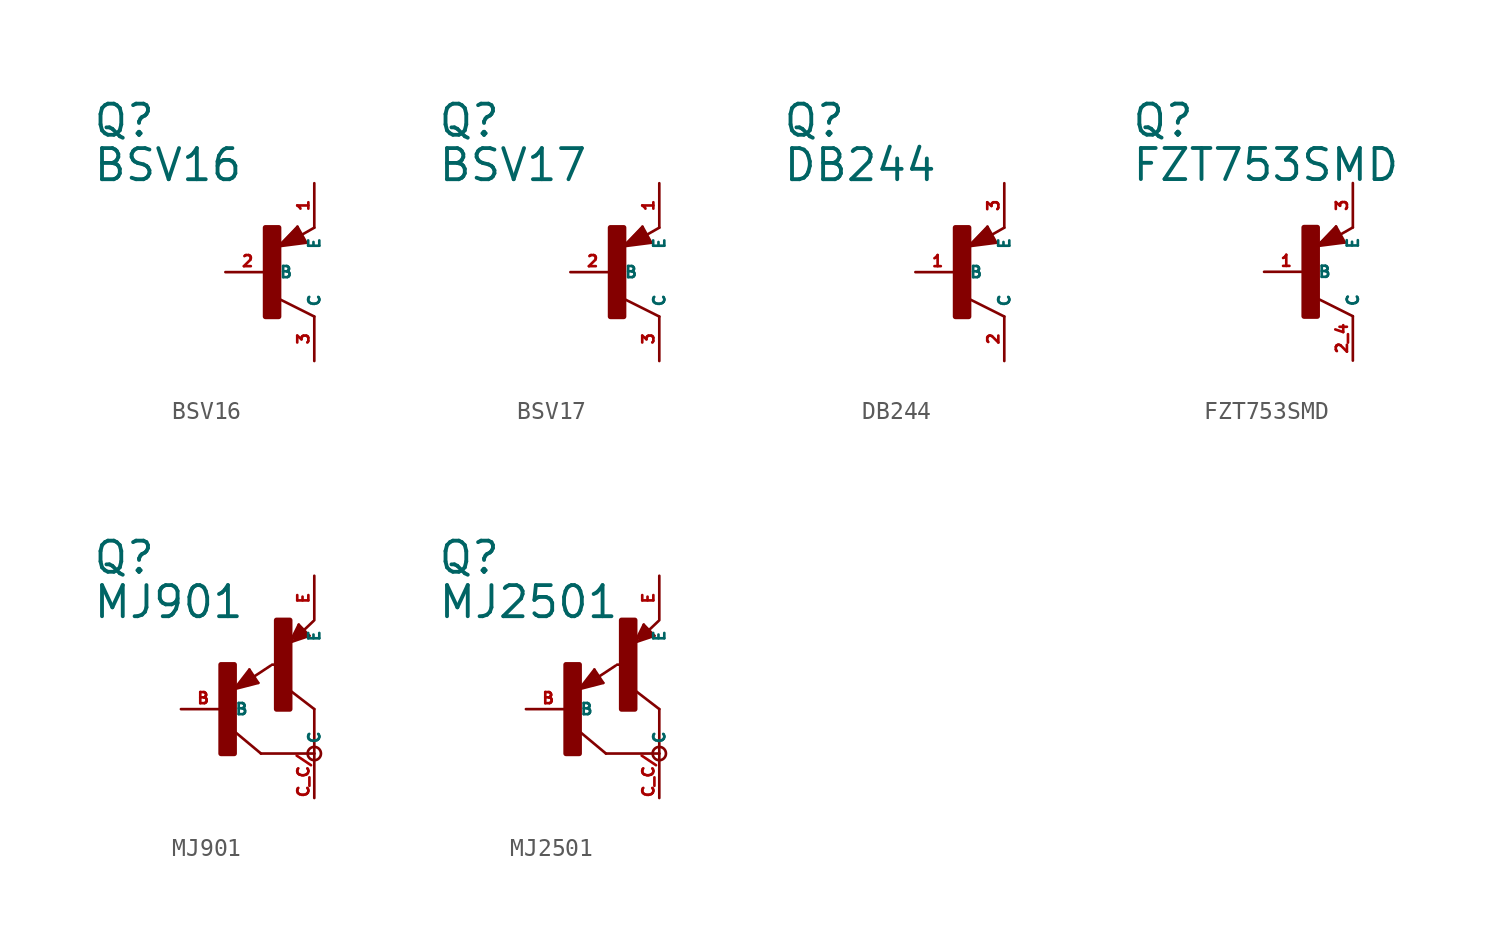
<source format=kicad_sym>
(kicad_symbol_lib
  (version 20220914)
  (generator Eagle2Kicad)
  (symbol "BSV16"
    (property "Reference" "Q"
      (at -10.16 7.62 0)
      (effects (font (size 1.778 1.778) (thickness 0.22)) (justify left bottom)))
    (property "Value" "BSV16"
      (at -10.16 5.08 0)
      (effects (font (size 1.778 1.778) (thickness 0.22)) (justify left bottom)))
    (polyline
      (pts (xy 2.086 1.678) (xy 1.578 2.594))
      (stroke (width 0.152) (type default))
      (fill (type none)))
    (polyline
      (pts (xy 1.578 2.594) (xy 0.516 1.478))
      (stroke (width 0.152) (type default))
      (fill (type none)))
    (polyline
      (pts (xy 0.516 1.478) (xy 2.086 1.678))
      (stroke (width 0.152) (type default))
      (fill (type none)))
    (polyline
      (pts (xy 2.54 2.54) (xy 1.808 2.124))
      (stroke (width 0.152) (type default))
      (fill (type none)))
    (polyline
      (pts (xy 2.54 -2.54) (xy 0.508 -1.524))
      (stroke (width 0.152) (type default))
      (fill (type none)))
    (polyline
      (pts (xy 1.905 1.778) (xy 1.524 2.413))
      (stroke (width 0.254) (type default))
      (fill (type none)))
    (polyline
      (pts (xy 1.524 2.413) (xy 0.762 1.651))
      (stroke (width 0.254) (type default))
      (fill (type none)))
    (polyline
      (pts (xy 0.762 1.651) (xy 1.778 1.778))
      (stroke (width 0.254) (type default))
      (fill (type none)))
    (polyline
      (pts (xy 1.778 1.778) (xy 1.524 2.159))
      (stroke (width 0.254) (type default))
      (fill (type none)))
    (polyline
      (pts (xy 1.524 2.159) (xy 1.143 1.905))
      (stroke (width 0.254) (type default))
      (fill (type none)))
    (polyline
      (pts (xy 1.143 1.905) (xy 1.524 1.905))
      (stroke (width 0.254) (type default))
      (fill (type none)))
    (rectangle
      (start -0.254 -2.54)
      (end 0.508 2.54)
      (stroke (width 0.3) (type default))
      (fill (type outline)))
    (pin passive line
      (at -2.54 0 0)
      (length 2.54)
      (name "B" (effects (font (size 0.635 0.635) (thickness 0.08)) (justify left bottom)))
      (number "2" (effects (font (size 0.635 0.635) (thickness 0.08)) (justify left bottom))))
    (pin passive line
      (at 2.54 5.08 270)
      (length 2.54)
      (name "E" (effects (font (size 0.635 0.635) (thickness 0.08)) (justify left bottom)))
      (number "1" (effects (font (size 0.635 0.635) (thickness 0.08)) (justify left bottom))))
    (pin passive line
      (at 2.54 -5.08 90)
      (length 2.54)
      (name "C" (effects (font (size 0.635 0.635) (thickness 0.08)) (justify left bottom)))
      (number "3" (effects (font (size 0.635 0.635) (thickness 0.08)) (justify left bottom)))))
  (symbol "BSV17"
    (property "Reference" "Q"
      (at -10.16 7.62 0)
      (effects (font (size 1.778 1.778) (thickness 0.22)) (justify left bottom)))
    (property "Value" "BSV17"
      (at -10.16 5.08 0)
      (effects (font (size 1.778 1.778) (thickness 0.22)) (justify left bottom)))
    (polyline
      (pts (xy 2.086 1.678) (xy 1.578 2.594))
      (stroke (width 0.152) (type default))
      (fill (type none)))
    (polyline
      (pts (xy 1.578 2.594) (xy 0.516 1.478))
      (stroke (width 0.152) (type default))
      (fill (type none)))
    (polyline
      (pts (xy 0.516 1.478) (xy 2.086 1.678))
      (stroke (width 0.152) (type default))
      (fill (type none)))
    (polyline
      (pts (xy 2.54 2.54) (xy 1.808 2.124))
      (stroke (width 0.152) (type default))
      (fill (type none)))
    (polyline
      (pts (xy 2.54 -2.54) (xy 0.508 -1.524))
      (stroke (width 0.152) (type default))
      (fill (type none)))
    (polyline
      (pts (xy 1.905 1.778) (xy 1.524 2.413))
      (stroke (width 0.254) (type default))
      (fill (type none)))
    (polyline
      (pts (xy 1.524 2.413) (xy 0.762 1.651))
      (stroke (width 0.254) (type default))
      (fill (type none)))
    (polyline
      (pts (xy 0.762 1.651) (xy 1.778 1.778))
      (stroke (width 0.254) (type default))
      (fill (type none)))
    (polyline
      (pts (xy 1.778 1.778) (xy 1.524 2.159))
      (stroke (width 0.254) (type default))
      (fill (type none)))
    (polyline
      (pts (xy 1.524 2.159) (xy 1.143 1.905))
      (stroke (width 0.254) (type default))
      (fill (type none)))
    (polyline
      (pts (xy 1.143 1.905) (xy 1.524 1.905))
      (stroke (width 0.254) (type default))
      (fill (type none)))
    (rectangle
      (start -0.254 -2.54)
      (end 0.508 2.54)
      (stroke (width 0.3) (type default))
      (fill (type outline)))
    (pin passive line
      (at -2.54 0 0)
      (length 2.54)
      (name "B" (effects (font (size 0.635 0.635) (thickness 0.08)) (justify left bottom)))
      (number "2" (effects (font (size 0.635 0.635) (thickness 0.08)) (justify left bottom))))
    (pin passive line
      (at 2.54 5.08 270)
      (length 2.54)
      (name "E" (effects (font (size 0.635 0.635) (thickness 0.08)) (justify left bottom)))
      (number "1" (effects (font (size 0.635 0.635) (thickness 0.08)) (justify left bottom))))
    (pin passive line
      (at 2.54 -5.08 90)
      (length 2.54)
      (name "C" (effects (font (size 0.635 0.635) (thickness 0.08)) (justify left bottom)))
      (number "3" (effects (font (size 0.635 0.635) (thickness 0.08)) (justify left bottom)))))
  (symbol "DB244"
    (property "Reference" "Q"
      (at -10.16 7.62 0)
      (effects (font (size 1.778 1.778) (thickness 0.22)) (justify left bottom)))
    (property "Value" "DB244"
      (at -10.16 5.08 0)
      (effects (font (size 1.778 1.778) (thickness 0.22)) (justify left bottom)))
    (polyline
      (pts (xy 2.086 1.678) (xy 1.578 2.594))
      (stroke (width 0.152) (type default))
      (fill (type none)))
    (polyline
      (pts (xy 1.578 2.594) (xy 0.516 1.478))
      (stroke (width 0.152) (type default))
      (fill (type none)))
    (polyline
      (pts (xy 0.516 1.478) (xy 2.086 1.678))
      (stroke (width 0.152) (type default))
      (fill (type none)))
    (polyline
      (pts (xy 2.54 2.54) (xy 1.808 2.124))
      (stroke (width 0.152) (type default))
      (fill (type none)))
    (polyline
      (pts (xy 2.54 -2.54) (xy 0.508 -1.524))
      (stroke (width 0.152) (type default))
      (fill (type none)))
    (polyline
      (pts (xy 1.905 1.778) (xy 1.524 2.413))
      (stroke (width 0.254) (type default))
      (fill (type none)))
    (polyline
      (pts (xy 1.524 2.413) (xy 0.762 1.651))
      (stroke (width 0.254) (type default))
      (fill (type none)))
    (polyline
      (pts (xy 0.762 1.651) (xy 1.778 1.778))
      (stroke (width 0.254) (type default))
      (fill (type none)))
    (polyline
      (pts (xy 1.778 1.778) (xy 1.524 2.159))
      (stroke (width 0.254) (type default))
      (fill (type none)))
    (polyline
      (pts (xy 1.524 2.159) (xy 1.143 1.905))
      (stroke (width 0.254) (type default))
      (fill (type none)))
    (polyline
      (pts (xy 1.143 1.905) (xy 1.524 1.905))
      (stroke (width 0.254) (type default))
      (fill (type none)))
    (rectangle
      (start -0.254 -2.54)
      (end 0.508 2.54)
      (stroke (width 0.3) (type default))
      (fill (type outline)))
    (pin passive line
      (at -2.54 0 0)
      (length 2.54)
      (name "B" (effects (font (size 0.635 0.635) (thickness 0.08)) (justify left bottom)))
      (number "1" (effects (font (size 0.635 0.635) (thickness 0.08)) (justify left bottom))))
    (pin passive line
      (at 2.54 5.08 270)
      (length 2.54)
      (name "E" (effects (font (size 0.635 0.635) (thickness 0.08)) (justify left bottom)))
      (number "3" (effects (font (size 0.635 0.635) (thickness 0.08)) (justify left bottom))))
    (pin passive line
      (at 2.54 -5.08 90)
      (length 2.54)
      (name "C" (effects (font (size 0.635 0.635) (thickness 0.08)) (justify left bottom)))
      (number "2" (effects (font (size 0.635 0.635) (thickness 0.08)) (justify left bottom)))))
  (symbol "FZT753SMD"
    (property "Reference" "Q"
      (at -10.16 7.62 0)
      (effects (font (size 1.778 1.778) (thickness 0.22)) (justify left bottom)))
    (property "Value" "FZT753SMD"
      (at -10.16 5.08 0)
      (effects (font (size 1.778 1.778) (thickness 0.22)) (justify left bottom)))
    (polyline
      (pts (xy 2.086 1.678) (xy 1.578 2.594))
      (stroke (width 0.152) (type default))
      (fill (type none)))
    (polyline
      (pts (xy 1.578 2.594) (xy 0.516 1.478))
      (stroke (width 0.152) (type default))
      (fill (type none)))
    (polyline
      (pts (xy 0.516 1.478) (xy 2.086 1.678))
      (stroke (width 0.152) (type default))
      (fill (type none)))
    (polyline
      (pts (xy 2.54 2.54) (xy 1.808 2.124))
      (stroke (width 0.152) (type default))
      (fill (type none)))
    (polyline
      (pts (xy 2.54 -2.54) (xy 0.508 -1.524))
      (stroke (width 0.152) (type default))
      (fill (type none)))
    (polyline
      (pts (xy 1.905 1.778) (xy 1.524 2.413))
      (stroke (width 0.254) (type default))
      (fill (type none)))
    (polyline
      (pts (xy 1.524 2.413) (xy 0.762 1.651))
      (stroke (width 0.254) (type default))
      (fill (type none)))
    (polyline
      (pts (xy 0.762 1.651) (xy 1.778 1.778))
      (stroke (width 0.254) (type default))
      (fill (type none)))
    (polyline
      (pts (xy 1.778 1.778) (xy 1.524 2.159))
      (stroke (width 0.254) (type default))
      (fill (type none)))
    (polyline
      (pts (xy 1.524 2.159) (xy 1.143 1.905))
      (stroke (width 0.254) (type default))
      (fill (type none)))
    (polyline
      (pts (xy 1.143 1.905) (xy 1.524 1.905))
      (stroke (width 0.254) (type default))
      (fill (type none)))
    (rectangle
      (start -0.254 -2.54)
      (end 0.508 2.54)
      (stroke (width 0.3) (type default))
      (fill (type outline)))
    (pin passive line
      (at -2.54 0 0)
      (length 2.54)
      (name "B" (effects (font (size 0.635 0.635) (thickness 0.08)) (justify left bottom)))
      (number "1" (effects (font (size 0.635 0.635) (thickness 0.08)) (justify left bottom))))
    (pin passive line
      (at 2.54 5.08 270)
      (length 2.54)
      (name "E" (effects (font (size 0.635 0.635) (thickness 0.08)) (justify left bottom)))
      (number "3" (effects (font (size 0.635 0.635) (thickness 0.08)) (justify left bottom))))
    (pin passive line
      (at 2.54 -5.08 90)
      (length 2.54)
      (name "C" (effects (font (size 0.635 0.635) (thickness 0.08)) (justify left bottom)))
      (number "2 4" (effects (font (size 0.635 0.635) (thickness 0.08)) (justify left bottom)))))
  (symbol "MJ901"
    (property "Reference" "Q"
      (at -7.62 7.62 0)
      (effects (font (size 1.778 1.778) (thickness 0.22)) (justify left bottom)))
    (property "Value" "MJ901"
      (at -7.62 5.08 0)
      (effects (font (size 1.778 1.778) (thickness 0.22)) (justify left bottom)))
    (polyline
      (pts (xy 5.08 -2.54) (xy 2.032 -2.54))
      (stroke (width 0.152) (type default))
      (fill (type none)))
    (polyline
      (pts (xy 2.032 -2.54) (xy 0.508 -1.27))
      (stroke (width 0.152) (type default))
      (fill (type none)))
    (polyline
      (pts (xy 5.08 0) (xy 3.429 1.27))
      (stroke (width 0.152) (type default))
      (fill (type none)))
    (polyline
      (pts (xy 1.37 2.259) (xy 0.508 1.143))
      (stroke (width 0.152) (type default))
      (fill (type none)))
    (polyline
      (pts (xy 1.878 1.497) (xy 1.37 2.259))
      (stroke (width 0.152) (type default))
      (fill (type none)))
    (polyline
      (pts (xy 0.508 1.143) (xy 1.878 1.497))
      (stroke (width 0.152) (type default))
      (fill (type none)))
    (polyline
      (pts (xy 1.608 1.843) (xy 2.586 2.486))
      (stroke (width 0.152) (type default))
      (fill (type none)))
    (polyline
      (pts (xy 0.635 1.27) (xy 1.397 2.159))
      (stroke (width 0.127) (type default))
      (fill (type none)))
    (polyline
      (pts (xy 1.397 2.159) (xy 1.778 1.524))
      (stroke (width 0.127) (type default))
      (fill (type none)))
    (polyline
      (pts (xy 1.778 1.524) (xy 0.762 1.27))
      (stroke (width 0.127) (type default))
      (fill (type none)))
    (polyline
      (pts (xy 0.762 1.27) (xy 1.397 2.032))
      (stroke (width 0.127) (type default))
      (fill (type none)))
    (polyline
      (pts (xy 1.397 2.032) (xy 1.651 1.651))
      (stroke (width 0.127) (type default))
      (fill (type none)))
    (polyline
      (pts (xy 1.651 1.651) (xy 0.889 1.397))
      (stroke (width 0.254) (type default))
      (fill (type none)))
    (polyline
      (pts (xy 0.889 1.397) (xy 1.397 1.905))
      (stroke (width 0.254) (type default))
      (fill (type none)))
    (polyline
      (pts (xy 1.397 1.905) (xy 1.397 1.778))
      (stroke (width 0.254) (type default))
      (fill (type none)))
    (polyline
      (pts (xy 3.683 3.81) (xy 4.799 4.191))
      (stroke (width 0.152) (type default))
      (fill (type none)))
    (polyline
      (pts (xy 4.191 4.826) (xy 3.683 3.81))
      (stroke (width 0.152) (type default))
      (fill (type none)))
    (polyline
      (pts (xy 4.799 4.191) (xy 4.191 4.826))
      (stroke (width 0.152) (type default))
      (fill (type none)))
    (polyline
      (pts (xy 4.483 4.51) (xy 5.026 5.026))
      (stroke (width 0.152) (type default))
      (fill (type none)))
    (polyline
      (pts (xy 3.81 3.937) (xy 4.191 4.699))
      (stroke (width 0.127) (type default))
      (fill (type none)))
    (polyline
      (pts (xy 4.191 4.699) (xy 4.699 4.191))
      (stroke (width 0.127) (type default))
      (fill (type none)))
    (polyline
      (pts (xy 4.699 4.191) (xy 3.937 3.937))
      (stroke (width 0.127) (type default))
      (fill (type none)))
    (polyline
      (pts (xy 3.937 3.937) (xy 4.191 4.572))
      (stroke (width 0.127) (type default))
      (fill (type none)))
    (polyline
      (pts (xy 4.191 4.572) (xy 4.572 4.191))
      (stroke (width 0.254) (type default))
      (fill (type none)))
    (polyline
      (pts (xy 4.572 4.191) (xy 4.064 4.064))
      (stroke (width 0.254) (type default))
      (fill (type none)))
    (polyline
      (pts (xy 4.064 4.064) (xy 4.191 4.318))
      (stroke (width 0.254) (type default))
      (fill (type none)))
    (polyline
      (pts (xy 4.191 4.318) (xy 4.318 4.318))
      (stroke (width 0.254) (type default))
      (fill (type none)))
    (polyline
      (pts (xy 5.08 -2.54) (xy 5.08 0))
      (stroke (width 0.152) (type default))
      (fill (type none)))
    (polyline
      (pts (xy 2.667 2.54) (xy 2.921 2.54))
      (stroke (width 0.152) (type default))
      (fill (type none)))
    (circle
      (center 5.08 -2.54)
      (radius 0.381)
      (stroke (width 0) (type default))
      (fill (type none)))
    (rectangle
      (start -0.254 -2.54)
      (end 0.508 2.54)
      (stroke (width 0.3) (type default))
      (fill (type outline)))
    (rectangle
      (start 2.921 0)
      (end 3.683 5.08)
      (stroke (width 0.3) (type default))
      (fill (type outline)))
    (pin passive line
      (at -2.54 0 0)
      (length 2.54)
      (name "B" (effects (font (size 0.635 0.635) (thickness 0.08)) (justify left bottom)))
      (number "B" (effects (font (size 0.635 0.635) (thickness 0.08)) (justify left bottom))))
    (pin passive line
      (at 5.08 7.62 270)
      (length 2.54)
      (name "E" (effects (font (size 0.635 0.635) (thickness 0.08)) (justify left bottom)))
      (number "E" (effects (font (size 0.635 0.635) (thickness 0.08)) (justify left bottom))))
    (pin passive line
      (at 5.08 -5.08 90)
      (length 2.54)
      (name "C" (effects (font (size 0.635 0.635) (thickness 0.08)) (justify left bottom)))
      (number "C C/" (effects (font (size 0.635 0.635) (thickness 0.08)) (justify left bottom)))))
  (symbol "MJ2501"
    (property "Reference" "Q"
      (at -7.62 7.62 0)
      (effects (font (size 1.778 1.778) (thickness 0.22)) (justify left bottom)))
    (property "Value" "MJ2501"
      (at -7.62 5.08 0)
      (effects (font (size 1.778 1.778) (thickness 0.22)) (justify left bottom)))
    (polyline
      (pts (xy 5.08 -2.54) (xy 2.032 -2.54))
      (stroke (width 0.152) (type default))
      (fill (type none)))
    (polyline
      (pts (xy 2.032 -2.54) (xy 0.508 -1.27))
      (stroke (width 0.152) (type default))
      (fill (type none)))
    (polyline
      (pts (xy 5.08 0) (xy 3.429 1.27))
      (stroke (width 0.152) (type default))
      (fill (type none)))
    (polyline
      (pts (xy 1.37 2.259) (xy 0.508 1.143))
      (stroke (width 0.152) (type default))
      (fill (type none)))
    (polyline
      (pts (xy 1.878 1.497) (xy 1.37 2.259))
      (stroke (width 0.152) (type default))
      (fill (type none)))
    (polyline
      (pts (xy 0.508 1.143) (xy 1.878 1.497))
      (stroke (width 0.152) (type default))
      (fill (type none)))
    (polyline
      (pts (xy 1.608 1.843) (xy 2.586 2.486))
      (stroke (width 0.152) (type default))
      (fill (type none)))
    (polyline
      (pts (xy 0.635 1.27) (xy 1.397 2.159))
      (stroke (width 0.127) (type default))
      (fill (type none)))
    (polyline
      (pts (xy 1.397 2.159) (xy 1.778 1.524))
      (stroke (width 0.127) (type default))
      (fill (type none)))
    (polyline
      (pts (xy 1.778 1.524) (xy 0.762 1.27))
      (stroke (width 0.127) (type default))
      (fill (type none)))
    (polyline
      (pts (xy 0.762 1.27) (xy 1.397 2.032))
      (stroke (width 0.127) (type default))
      (fill (type none)))
    (polyline
      (pts (xy 1.397 2.032) (xy 1.651 1.651))
      (stroke (width 0.127) (type default))
      (fill (type none)))
    (polyline
      (pts (xy 1.651 1.651) (xy 0.889 1.397))
      (stroke (width 0.254) (type default))
      (fill (type none)))
    (polyline
      (pts (xy 0.889 1.397) (xy 1.397 1.905))
      (stroke (width 0.254) (type default))
      (fill (type none)))
    (polyline
      (pts (xy 1.397 1.905) (xy 1.397 1.778))
      (stroke (width 0.254) (type default))
      (fill (type none)))
    (polyline
      (pts (xy 3.683 3.81) (xy 4.799 4.191))
      (stroke (width 0.152) (type default))
      (fill (type none)))
    (polyline
      (pts (xy 4.191 4.826) (xy 3.683 3.81))
      (stroke (width 0.152) (type default))
      (fill (type none)))
    (polyline
      (pts (xy 4.799 4.191) (xy 4.191 4.826))
      (stroke (width 0.152) (type default))
      (fill (type none)))
    (polyline
      (pts (xy 4.483 4.51) (xy 5.026 5.026))
      (stroke (width 0.152) (type default))
      (fill (type none)))
    (polyline
      (pts (xy 3.81 3.937) (xy 4.191 4.699))
      (stroke (width 0.127) (type default))
      (fill (type none)))
    (polyline
      (pts (xy 4.191 4.699) (xy 4.699 4.191))
      (stroke (width 0.127) (type default))
      (fill (type none)))
    (polyline
      (pts (xy 4.699 4.191) (xy 3.937 3.937))
      (stroke (width 0.127) (type default))
      (fill (type none)))
    (polyline
      (pts (xy 3.937 3.937) (xy 4.191 4.572))
      (stroke (width 0.127) (type default))
      (fill (type none)))
    (polyline
      (pts (xy 4.191 4.572) (xy 4.572 4.191))
      (stroke (width 0.254) (type default))
      (fill (type none)))
    (polyline
      (pts (xy 4.572 4.191) (xy 4.064 4.064))
      (stroke (width 0.254) (type default))
      (fill (type none)))
    (polyline
      (pts (xy 4.064 4.064) (xy 4.191 4.318))
      (stroke (width 0.254) (type default))
      (fill (type none)))
    (polyline
      (pts (xy 4.191 4.318) (xy 4.318 4.318))
      (stroke (width 0.254) (type default))
      (fill (type none)))
    (polyline
      (pts (xy 5.08 -2.54) (xy 5.08 0))
      (stroke (width 0.152) (type default))
      (fill (type none)))
    (polyline
      (pts (xy 2.667 2.54) (xy 2.921 2.54))
      (stroke (width 0.152) (type default))
      (fill (type none)))
    (circle
      (center 5.08 -2.54)
      (radius 0.381)
      (stroke (width 0) (type default))
      (fill (type none)))
    (rectangle
      (start -0.254 -2.54)
      (end 0.508 2.54)
      (stroke (width 0.3) (type default))
      (fill (type outline)))
    (rectangle
      (start 2.921 0)
      (end 3.683 5.08)
      (stroke (width 0.3) (type default))
      (fill (type outline)))
    (pin passive line
      (at -2.54 0 0)
      (length 2.54)
      (name "B" (effects (font (size 0.635 0.635) (thickness 0.08)) (justify left bottom)))
      (number "B" (effects (font (size 0.635 0.635) (thickness 0.08)) (justify left bottom))))
    (pin passive line
      (at 5.08 7.62 270)
      (length 2.54)
      (name "E" (effects (font (size 0.635 0.635) (thickness 0.08)) (justify left bottom)))
      (number "E" (effects (font (size 0.635 0.635) (thickness 0.08)) (justify left bottom))))
    (pin passive line
      (at 5.08 -5.08 90)
      (length 2.54)
      (name "C" (effects (font (size 0.635 0.635) (thickness 0.08)) (justify left bottom)))
      (number "C C/" (effects (font (size 0.635 0.635) (thickness 0.08)) (justify left bottom))))))
</source>
